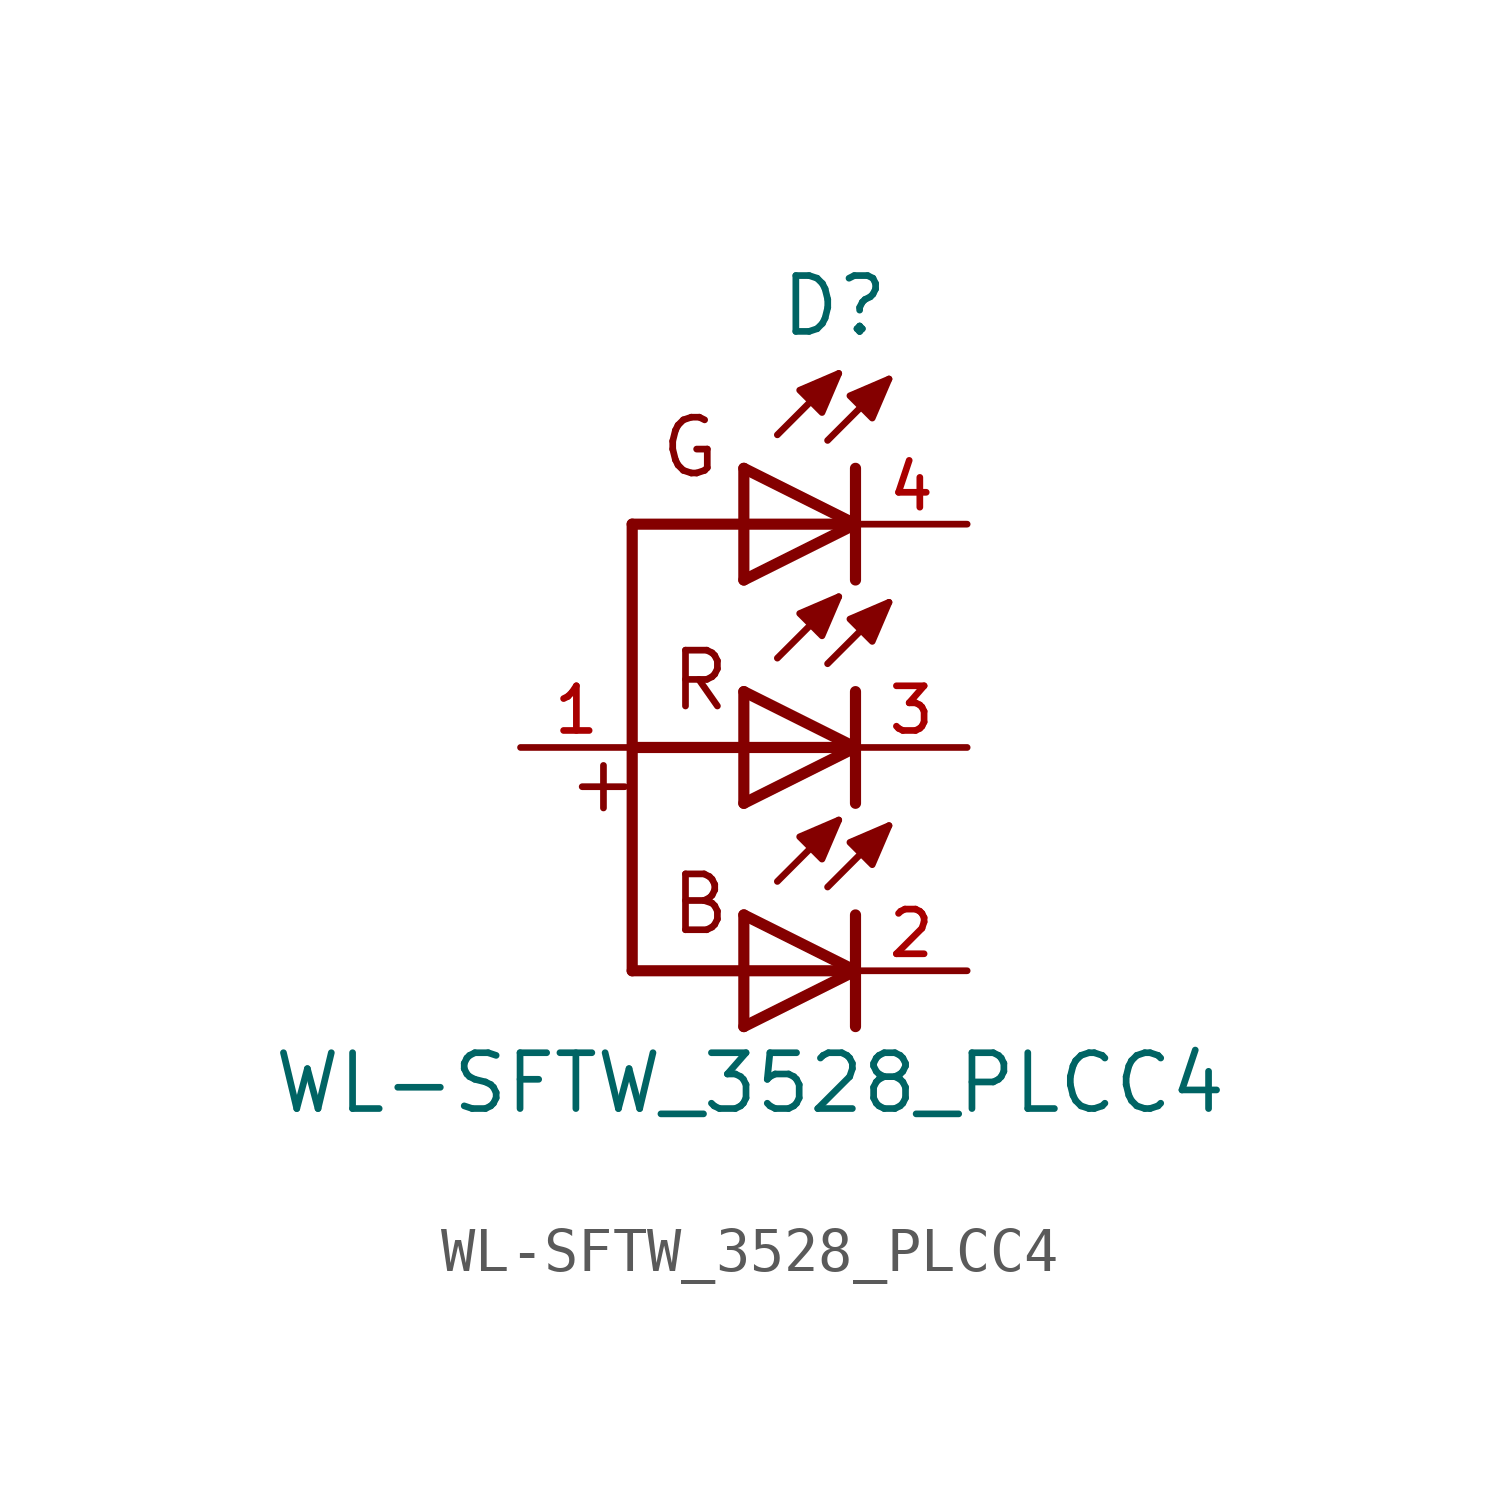
<source format=kicad_sym>
(kicad_symbol_lib
  (version 20211014)
  (generator kicad_symbol_editor)
  (symbol "WL-SFTW_3528_PLCC4"
    (pin_names
      (offset 1.016))
    (property "Reference" "D"
      (at 2.06 9.302 0)
      (effects (font (size 1.27 1.27)) (justify bottom)))
    (property "Value" "WL-SFTW_3528_PLCC4"
      (at 0.14 -8.378 0)
      (effects (font (size 1.27 1.27)) (justify bottom)))
    (symbol "WL-SFTW_3528_PLCC4_0_0"
      (polyline (pts (xy -2.54 5.08) (xy -2.54 -5.08)) (stroke (width 0.254)))
      (polyline (pts (xy -2.54 -5.08) (xy 2.54 -5.08)) (stroke (width 0.254)))
      (polyline (pts (xy 0.0 3.81) (xy 2.54 5.08)) (stroke (width 0.254)))
      (polyline (pts (xy 2.54 5.08) (xy 0.0 6.35)) (stroke (width 0.254)))
      (polyline (pts (xy 2.54 3.81) (xy 2.54 6.35)) (stroke (width 0.254)))
      (polyline (pts (xy 0.0 3.81) (xy 0.0 5.08)) (stroke (width 0.254)))
      (polyline (pts (xy 0.0 5.08) (xy 0.0 6.35)) (stroke (width 0.254)))
      (polyline (pts (xy 0.762 7.112) (xy 2.159 8.509)) (stroke (width 0.152)))
      (polyline (pts (xy 1.905 6.985) (xy 3.302 8.382)) (stroke (width 0.152)))
      (polyline (pts (xy 0.0 -1.27) (xy 2.54 0.0)) (stroke (width 0.254)))
      (polyline (pts (xy 2.54 0.0) (xy 0.0 1.27)) (stroke (width 0.254)))
      (polyline (pts (xy 2.54 -1.27) (xy 2.54 1.27)) (stroke (width 0.254)))
      (polyline (pts (xy 0.0 -1.27) (xy 0.0 0.0)) (stroke (width 0.254)))
      (polyline (pts (xy 0.0 0.0) (xy 0.0 1.27)) (stroke (width 0.254)))
      (polyline (pts (xy 0.762 2.032) (xy 2.159 3.429)) (stroke (width 0.152)))
      (polyline (pts (xy 1.905 1.905) (xy 3.302 3.302)) (stroke (width 0.152)))
      (polyline (pts (xy 0.0 -6.35) (xy 2.54 -5.08)) (stroke (width 0.254)))
      (polyline (pts (xy 2.54 -5.08) (xy 0.0 -3.81)) (stroke (width 0.254)))
      (polyline (pts (xy 2.54 -6.35) (xy 2.54 -3.81)) (stroke (width 0.254)))
      (polyline (pts (xy 0.0 -6.35) (xy 0.0 -5.08)) (stroke (width 0.254)))
      (polyline (pts (xy 0.0 -5.08) (xy 0.0 -3.81)) (stroke (width 0.254)))
      (polyline (pts (xy 0.762 -3.048) (xy 2.159 -1.651)) (stroke (width 0.152)))
      (polyline (pts (xy 1.905 -3.175) (xy 3.302 -1.778)) (stroke (width 0.152)))
      (polyline (pts (xy -2.54 5.08) (xy 2.54 5.08)) (stroke (width 0.254)))
      (polyline (pts (xy -2.54 0.0) (xy 2.54 0.0)) (stroke (width 0.254)))
      (text "G" (at -1.96 6.08 0) (effects (font (size 1.27 1.27)) (justify bottom left)))
      (text "R" (at -1.73 0.78 0) (effects (font (size 1.27 1.27)) (justify bottom left)))
      (text "B" (at -1.73 -4.31 0) (effects (font (size 1.27 1.27)) (justify bottom left)))
      (text "+" (at -4.08 -1.54 0) (effects (font (size 1.27 1.27)) (justify bottom left)))
      (polyline (pts (xy 2.159 8.509) (xy 1.27 8.128) (xy 1.778 7.62) (xy 2.159 8.509)) (stroke (width 0.152)) (fill (type outline)))
      (polyline (pts (xy 3.302 8.382) (xy 2.413 8.001) (xy 2.921 7.493) (xy 3.302 8.382)) (stroke (width 0.152)) (fill (type outline)))
      (polyline (pts (xy 2.159 3.429) (xy 1.27 3.048) (xy 1.778 2.54) (xy 2.159 3.429)) (stroke (width 0.152)) (fill (type outline)))
      (polyline (pts (xy 3.302 3.302) (xy 2.413 2.921) (xy 2.921 2.413) (xy 3.302 3.302)) (stroke (width 0.152)) (fill (type outline)))
      (polyline (pts (xy 2.159 -1.651) (xy 1.27 -2.032) (xy 1.778 -2.54) (xy 2.159 -1.651)) (stroke (width 0.152)) (fill (type outline)))
      (polyline (pts (xy 3.302 -1.778) (xy 2.413 -2.159) (xy 2.921 -2.667) (xy 3.302 -1.778)) (stroke (width 0.152)) (fill (type outline)))
      (pin passive line (at -5.08 0.0 0) (length 2.54) (name "~" (effects (font (size 1.016 1.016)))) (number "1" (effects (font (size 1.016 1.016)))))
      (pin passive line (at 5.08 -5.08 180.0) (length 2.54) (name "~" (effects (font (size 1.016 1.016)))) (number "2" (effects (font (size 1.016 1.016)))))
      (pin passive line (at 5.08 0.0 180.0) (length 2.54) (name "~" (effects (font (size 1.016 1.016)))) (number "3" (effects (font (size 1.016 1.016)))))
      (pin passive line (at 5.08 5.08 180.0) (length 2.54) (name "~" (effects (font (size 1.016 1.016)))) (number "4" (effects (font (size 1.016 1.016))))))))
</source>
